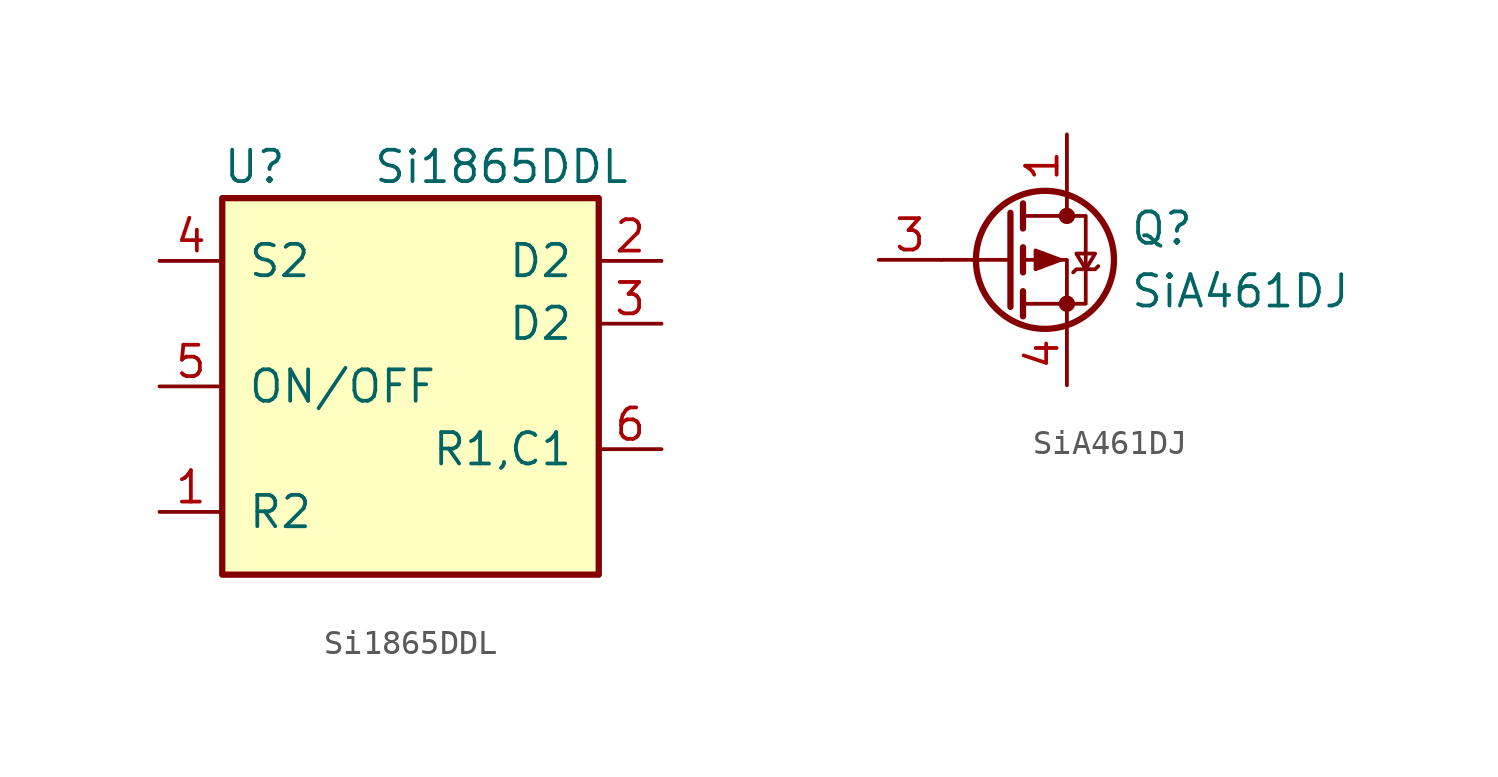
<source format=kicad_sym>
(kicad_symbol_lib
  (version 20211014)
  (generator kicad_symbol_editor)
  (symbol "Si1865DDL"
    (pin_names
      (offset 1.016))
    (property "Reference" "U"
      (at -7.62 8.89 0)
      (effects (font (size 1.27 1.27)) (justify left)))
    (property "Value" "Si1865DDL"
      (at 8.89 8.89 0)
      (effects (font (size 1.27 1.27)) (justify right)))
    (symbol "Si1865DDL_0_1"
      (rectangle (start -7.62 7.62) (end 7.62 -7.62) (stroke (width 0.254) (type default) (color 0 0 0 0)) (fill (type background))))
    (symbol "Si1865DDL_1_1"
      (pin power_in line (at -10.16 -5.08 0) (length 2.54) (name "R2" (effects (font (size 1.27 1.27)))) (number "1" (effects (font (size 1.27 1.27)))))
      (pin power_out line (at 10.16 5.08 180) (length 2.54) (name "D2" (effects (font (size 1.27 1.27)))) (number "2" (effects (font (size 1.27 1.27)))))
      (pin passive line (at 10.16 2.54 180) (length 2.54) (name "D2" (effects (font (size 1.27 1.27)))) (number "3" (effects (font (size 1.27 1.27)))))
      (pin power_in line (at -10.16 5.08 0) (length 2.54) (name "S2" (effects (font (size 1.27 1.27)))) (number "4" (effects (font (size 1.27 1.27)))))
      (pin input line (at -10.16 0 0) (length 2.54) (name "ON/OFF" (effects (font (size 1.27 1.27)))) (number "5" (effects (font (size 1.27 1.27)))))
      (pin passive line (at 10.16 -2.54 180) (length 2.54) (name "R1,C1" (effects (font (size 1.27 1.27)))) (number "6" (effects (font (size 1.27 1.27)))))))
  (symbol "SiA461DJ"
    (pin_names
      (offset 0) hide)
    (property "Reference" "Q"
      (at 5.08 1.27 0)
      (effects (font (size 1.27 1.27)) (justify left)))
    (property "Value" "SiA461DJ"
      (at 5.08 -1.27 0)
      (effects (font (size 1.27 1.27)) (justify left)))
    (symbol "SiA461DJ_0_1"
      (polyline (pts (xy 0.254 0) (xy -2.54 0)) (stroke (width 0) (type default) (color 0 0 0 0)) (fill (type none)))
      (polyline (pts (xy 0.254 1.905) (xy 0.254 -1.905)) (stroke (width 0.254) (type default) (color 0 0 0 0)) (fill (type none)))
      (polyline (pts (xy 0.762 -1.27) (xy 0.762 -2.286)) (stroke (width 0.254) (type default) (color 0 0 0 0)) (fill (type none)))
      (polyline (pts (xy 0.762 0.508) (xy 0.762 -0.508)) (stroke (width 0.254) (type default) (color 0 0 0 0)) (fill (type none)))
      (polyline (pts (xy 0.762 2.286) (xy 0.762 1.27)) (stroke (width 0.254) (type default) (color 0 0 0 0)) (fill (type none)))
      (polyline (pts (xy 2.54 2.54) (xy 2.54 1.778)) (stroke (width 0) (type default) (color 0 0 0 0)) (fill (type none)))
      (polyline (pts (xy 2.54 -2.54) (xy 2.54 0) (xy 0.762 0)) (stroke (width 0) (type default) (color 0 0 0 0)) (fill (type none)))
      (polyline (pts (xy 0.762 1.778) (xy 3.302 1.778) (xy 3.302 -1.778) (xy 0.762 -1.778)) (stroke (width 0) (type default) (color 0 0 0 0)) (fill (type none)))
      (polyline (pts (xy 2.286 0) (xy 1.27 0.381) (xy 1.27 -0.381) (xy 2.286 0)) (stroke (width 0) (type default) (color 0 0 0 0)) (fill (type outline)))
      (polyline (pts (xy 2.794 -0.508) (xy 2.921 -0.381) (xy 3.683 -0.381) (xy 3.81 -0.254)) (stroke (width 0) (type default) (color 0 0 0 0)) (fill (type none)))
      (polyline (pts (xy 3.302 -0.381) (xy 2.921 0.254) (xy 3.683 0.254) (xy 3.302 -0.381)) (stroke (width 0) (type default) (color 0 0 0 0)) (fill (type none)))
      (circle (center 1.651 0) (radius 2.794) (stroke (width 0.254) (type default) (color 0 0 0 0)) (fill (type none)))
      (circle (center 2.54 -1.778) (radius 0.254) (stroke (width 0) (type default) (color 0 0 0 0)) (fill (type outline)))
      (circle (center 2.54 1.778) (radius 0.254) (stroke (width 0) (type default) (color 0 0 0 0)) (fill (type outline))))
    (symbol "SiA461DJ_1_1"
      (pin passive line (at 2.54 5.08 270) (length 2.54) (name "D" (effects (font (size 1.27 1.27)))) (number "1" (effects (font (size 1.27 1.27)))))
      (pin input line (at -5.08 0 0) (length 2.54) (name "G" (effects (font (size 1.27 1.27)))) (number "3" (effects (font (size 1.27 1.27)))))
      (pin passive line (at 2.54 -5.08 90) (length 2.54) (name "S" (effects (font (size 1.27 1.27)))) (number "4" (effects (font (size 1.27 1.27))))))))
</source>
